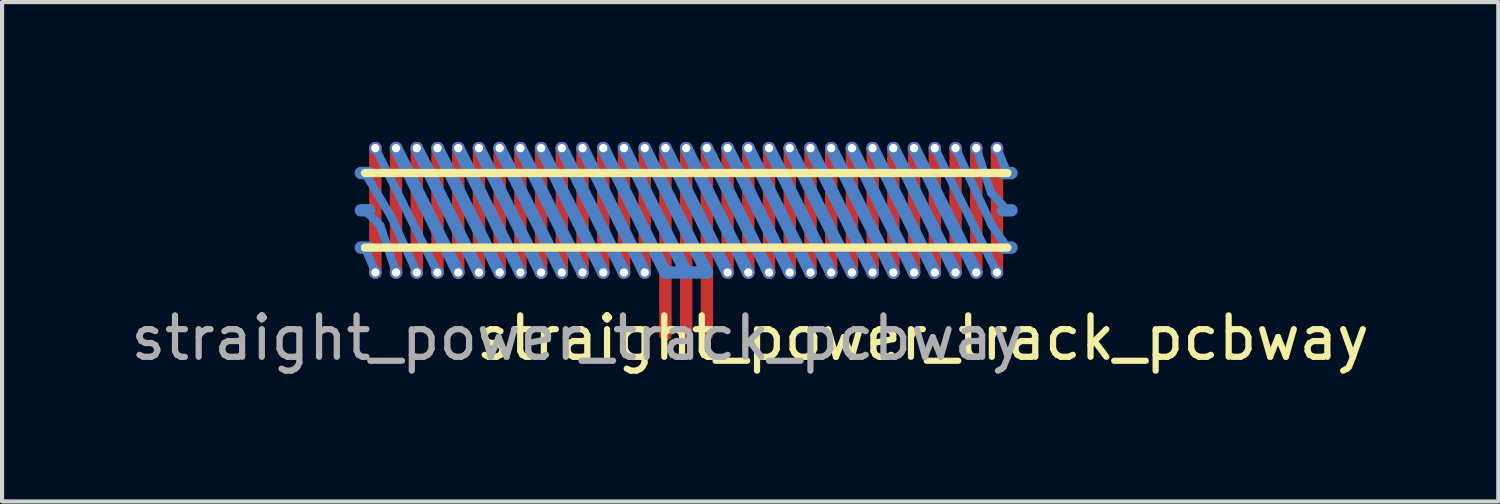
<source format=kicad_pcb>
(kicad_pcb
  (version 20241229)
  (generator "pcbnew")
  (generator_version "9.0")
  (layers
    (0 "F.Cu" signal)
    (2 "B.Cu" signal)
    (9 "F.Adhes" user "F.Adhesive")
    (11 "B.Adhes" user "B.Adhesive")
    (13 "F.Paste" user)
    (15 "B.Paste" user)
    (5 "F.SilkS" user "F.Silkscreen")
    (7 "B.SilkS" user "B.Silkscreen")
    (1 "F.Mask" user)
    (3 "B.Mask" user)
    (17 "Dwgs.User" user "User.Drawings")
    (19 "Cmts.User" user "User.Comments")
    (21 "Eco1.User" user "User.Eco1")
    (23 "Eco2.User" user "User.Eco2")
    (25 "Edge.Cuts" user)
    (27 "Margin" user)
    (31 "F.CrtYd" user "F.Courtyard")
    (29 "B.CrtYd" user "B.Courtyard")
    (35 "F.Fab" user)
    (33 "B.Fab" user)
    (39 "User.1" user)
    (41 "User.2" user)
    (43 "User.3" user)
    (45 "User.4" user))
  (footprint "straight_power_track_pcbway"
    (layer "F.Cu")
    (at 13.507 2.025)
    (property "Reference" "straight_power_track_pcbway" (at 5.71 3.08 0) (unlocked yes) (layer "F.SilkS") (effects (font (size 1 1) (thickness 0.15))))
    (attr smd)
    (fp_line (start -7.5 -1.5) (end -7.5 1.5) (stroke (width 0.3) (type solid)) (layer "F.Cu"))
    (fp_line (start -7 -1.5) (end -7 1.5) (stroke (width 0.3) (type solid)) (layer "F.Cu"))
    (fp_line (start -6.5 -1.5) (end -6.5 1.5) (stroke (width 0.3) (type solid)) (layer "F.Cu"))
    (fp_line (start -6 -1.5) (end -6 1.5) (stroke (width 0.3) (type solid)) (layer "F.Cu"))
    (fp_line (start -5.5 -1.5) (end -5.5 1.5) (stroke (width 0.3) (type solid)) (layer "F.Cu"))
    (fp_line (start -5 -1.5) (end -5 1.5) (stroke (width 0.3) (type solid)) (layer "F.Cu"))
    (fp_line (start -4.5 -1.5) (end -4.5 1.5) (stroke (width 0.3) (type solid)) (layer "F.Cu"))
    (fp_line (start -4 -1.5) (end -4 1.5) (stroke (width 0.3) (type solid)) (layer "F.Cu"))
    (fp_line (start -3.5 -1.5) (end -3.5 1.5) (stroke (width 0.3) (type solid)) (layer "F.Cu"))
    (fp_line (start -3 -1.5) (end -3 1.5) (stroke (width 0.3) (type solid)) (layer "F.Cu"))
    (fp_line (start -2.5 -1.5) (end -2.5 1.5) (stroke (width 0.3) (type solid)) (layer "F.Cu"))
    (fp_line (start -2 -1.5) (end -2 1.5) (stroke (width 0.3) (type solid)) (layer "F.Cu"))
    (fp_line (start -1.5 -1.5) (end -1.5 1.5) (stroke (width 0.3) (type solid)) (layer "F.Cu"))
    (fp_line (start -1 -1.5) (end -1 1.5) (stroke (width 0.3) (type solid)) (layer "F.Cu"))
    (fp_line (start -0.5 -1.5) (end -0.5 3) (stroke (width 0.3) (type solid)) (layer "F.Cu"))
    (fp_line (start 0 -1.5) (end 0 3) (stroke (width 0.3) (type solid)) (layer "F.Cu"))
    (fp_line (start 0.5 -1.5) (end 0.5 3) (stroke (width 0.3) (type solid)) (layer "F.Cu"))
    (fp_line (start 1 -1.5) (end 1 1.5) (stroke (width 0.3) (type solid)) (layer "F.Cu"))
    (fp_line (start 1.5 -1.5) (end 1.5 1.5) (stroke (width 0.3) (type solid)) (layer "F.Cu"))
    (fp_line (start 2 -1.5) (end 2 1.5) (stroke (width 0.3) (type solid)) (layer "F.Cu"))
    (fp_line (start 2.5 -1.5) (end 2.5 1.5) (stroke (width 0.3) (type solid)) (layer "F.Cu"))
    (fp_line (start 3 -1.5) (end 3 1.5) (stroke (width 0.3) (type solid)) (layer "F.Cu"))
    (fp_line (start 3.5 -1.5) (end 3.5 1.5) (stroke (width 0.3) (type solid)) (layer "F.Cu"))
    (fp_line (start 4 -1.5) (end 4 1.5) (stroke (width 0.3) (type solid)) (layer "F.Cu"))
    (fp_line (start 4.5 -1.5) (end 4.5 1.5) (stroke (width 0.3) (type solid)) (layer "F.Cu"))
    (fp_line (start 5 -1.5) (end 5 1.5) (stroke (width 0.3) (type solid)) (layer "F.Cu"))
    (fp_line (start 5.5 -1.5) (end 5.5 1.5) (stroke (width 0.3) (type solid)) (layer "F.Cu"))
    (fp_line (start 6 -1.5) (end 6 1.5) (stroke (width 0.3) (type solid)) (layer "F.Cu"))
    (fp_line (start 6.5 -1.5) (end 6.5 1.5) (stroke (width 0.3) (type solid)) (layer "F.Cu"))
    (fp_line (start 7 -1.5) (end 7 1.5) (stroke (width 0.3) (type solid)) (layer "F.Cu"))
    (fp_line (start 7.5 -1.5) (end 7.5 1.5) (stroke (width 0.3) (type solid)) (layer "F.Cu"))
    (fp_line (start -7.75 -0.9) (end -7.12 0.15) (stroke (width 0.2) (type default)) (layer "B.Cu"))
    (fp_line (start -7.75 0.9) (end -7.5 1.5) (stroke (width 0.2) (type default)) (layer "B.Cu"))
    (fp_line (start -7.5 -1.5) (end -6 1.5) (stroke (width 0.2) (type solid)) (layer "B.Cu"))
    (fp_line (start -7.38 0.37) (end -7.75 0) (stroke (width 0.2) (type default)) (layer "B.Cu"))
    (fp_line (start -7.12 0.15) (end -6.5 1.5) (stroke (width 0.2) (type default)) (layer "B.Cu"))
    (fp_line (start -7 -1.5) (end -5.5 1.5) (stroke (width 0.3) (type solid)) (layer "B.Cu"))
    (fp_line (start -7 1.5) (end -7.38 0.37) (stroke (width 0.2) (type default)) (layer "B.Cu"))
    (fp_line (start -6.5 -1.5) (end -5 1.5) (stroke (width 0.3) (type solid)) (layer "B.Cu"))
    (fp_line (start -6 -1.5) (end -4.5 1.5) (stroke (width 0.3) (type solid)) (layer "B.Cu"))
    (fp_line (start -5.5 -1.5) (end -4 1.5) (stroke (width 0.3) (type solid)) (layer "B.Cu"))
    (fp_line (start -5 -1.5) (end -3.5 1.5) (stroke (width 0.3) (type solid)) (layer "B.Cu"))
    (fp_line (start -4.5 -1.5) (end -3 1.5) (stroke (width 0.3) (type solid)) (layer "B.Cu"))
    (fp_line (start -4 -1.5) (end -2.5 1.5) (stroke (width 0.3) (type solid)) (layer "B.Cu"))
    (fp_line (start -3.5 -1.5) (end -2 1.5) (stroke (width 0.3) (type solid)) (layer "B.Cu"))
    (fp_line (start -3 -1.5) (end -1.5 1.5) (stroke (width 0.3) (type solid)) (layer "B.Cu"))
    (fp_line (start -2.5 -1.5) (end -1 1.5) (stroke (width 0.3) (type solid)) (layer "B.Cu"))
    (fp_line (start -2 -1.5) (end -0.5 1.5) (stroke (width 0.3) (type solid)) (layer "B.Cu"))
    (fp_line (start -1.5 -1.5) (end 0 1.5) (stroke (width 0.3) (type solid)) (layer "B.Cu"))
    (fp_line (start -1 -1.5) (end 0.5 1.5) (stroke (width 0.3) (type solid)) (layer "B.Cu"))
    (fp_line (start -0.5 -1.5) (end 1 1.5) (stroke (width 0.3) (type solid)) (layer "B.Cu"))
    (fp_line (start -0.5 1.5) (end 0.5 1.5) (stroke (width 0.3) (type solid)) (layer "B.Cu"))
    (fp_line (start 0 -1.5) (end 1.5 1.5) (stroke (width 0.3) (type solid)) (layer "B.Cu"))
    (fp_line (start 0.5 -1.5) (end 2 1.5) (stroke (width 0.3) (type solid)) (layer "B.Cu"))
    (fp_line (start 1 -1.5) (end 2.5 1.5) (stroke (width 0.3) (type solid)) (layer "B.Cu"))
    (fp_line (start 1.5 -1.5) (end 3 1.5) (stroke (width 0.3) (type solid)) (layer "B.Cu"))
    (fp_line (start 2 -1.5) (end 3.5 1.5) (stroke (width 0.3) (type solid)) (layer "B.Cu"))
    (fp_line (start 2.5 -1.5) (end 4 1.5) (stroke (width 0.3) (type solid)) (layer "B.Cu"))
    (fp_line (start 3 -1.5) (end 4.5 1.5) (stroke (width 0.3) (type solid)) (layer "B.Cu"))
    (fp_line (start 3.5 -1.5) (end 5 1.5) (stroke (width 0.3) (type solid)) (layer "B.Cu"))
    (fp_line (start 4 -1.5) (end 5.5 1.5) (stroke (width 0.3) (type solid)) (layer "B.Cu"))
    (fp_line (start 4.5 -1.5) (end 6 1.5) (stroke (width 0.3) (type solid)) (layer "B.Cu"))
    (fp_line (start 5 -1.5) (end 6.5 1.5) (stroke (width 0.3) (type solid)) (layer "B.Cu"))
    (fp_line (start 5.5 -1.5) (end 7 1.5) (stroke (width 0.3) (type solid)) (layer "B.Cu"))
    (fp_line (start 6 -1.5) (end 7.5 1.5) (stroke (width 0.2) (type solid)) (layer "B.Cu"))
    (fp_line (start 6.5 -1.5) (end 7.38 0.37) (stroke (width 0.2) (type default)) (layer "B.Cu"))
    (fp_line (start 7 -1.5) (end 7.36 -0.42) (stroke (width 0.2) (type default)) (layer "B.Cu"))
    (fp_line (start 7.36 -0.42) (end 7.75 0) (stroke (width 0.2) (type default)) (layer "B.Cu"))
    (fp_line (start 7.38 0.37) (end 7.75 0.9) (stroke (width 0.2) (type default)) (layer "B.Cu"))
    (fp_line (start 7.5 -1.5) (end 7.75 -0.9) (stroke (width 0.2) (type default)) (layer "B.Cu"))
    (fp_line (start -7.75 -0.9) (end 7.75 -0.9) (stroke (width 0.2) (type solid)) (layer "F.SilkS"))
    (fp_line (start -7.75 0.9) (end 7.75 0.9) (stroke (width 0.2) (type solid)) (layer "F.SilkS"))
    (fp_rect (start -7.75 -2) (end 7.75 2) (stroke (width 0.05) (type solid)) (fill no) (layer "User.1"))
    (fp_rect (start -2 2) (end 2 4) (stroke (width 0.05) (type solid)) (fill no) (layer "User.1"))
    (fp_line (start -9 -1.5) (end -7.5 1.5) (stroke (width 0.3) (type solid)) (layer "User.4"))
    (fp_line (start -8.5 -1.5) (end -7 1.5) (stroke (width 0.3) (type solid)) (layer "User.4"))
    (fp_line (start -8 -1.5) (end -6.5 1.5) (stroke (width 0.3) (type solid)) (layer "User.4"))
    (fp_line (start 6.5 -1.5) (end 8 1.5) (stroke (width 0.3) (type solid)) (layer "User.4"))
    (fp_line (start 7 -1.5) (end 8.5 1.5) (stroke (width 0.3) (type solid)) (layer "User.4"))
    (fp_line (start 7.5 -1.5) (end 9 1.5) (stroke (width 0.3) (type solid)) (layer "User.4"))
    (fp_text user "${REFERENCE}" (at -2.62 3.08 0) (unlocked yes) (layer "F.Fab") (effects (font (size 1 1) (thickness 0.15))))
    (pad "1" smd oval (at -7.75 -0.9 90) (size 0.3 0.5) (layers "B.Cu" "B.Mask" "B.Paste"))
    (pad "1" thru_hole circle (at -6.5 -1.5) (size 0.3 0.3) (drill 0.2) (layers "*.Cu"))
    (pad "1" thru_hole circle (at -6.5 1.5) (size 0.3 0.3) (drill 0.2) (layers "*.Cu"))
    (pad "1" thru_hole circle (at -5 -1.5) (size 0.3 0.3) (drill 0.2) (layers "*.Cu"))
    (pad "1" thru_hole circle (at -5 1.5) (size 0.3 0.3) (drill 0.2) (layers "*.Cu"))
    (pad "1" thru_hole circle (at -3.5 -1.5) (size 0.3 0.3) (drill 0.2) (layers "*.Cu"))
    (pad "1" thru_hole circle (at -3.5 1.5) (size 0.3 0.3) (drill 0.2) (layers "*.Cu"))
    (pad "1" thru_hole circle (at -2 -1.5) (size 0.3 0.3) (drill 0.2) (layers "*.Cu"))
    (pad "1" thru_hole circle (at -2 1.5) (size 0.3 0.3) (drill 0.2) (layers "*.Cu"))
    (pad "1" thru_hole circle (at -0.5 -1.5) (size 0.3 0.3) (drill 0.2) (layers "*.Cu"))
    (pad "1" thru_hole circle (at 1 -1.5) (size 0.3 0.3) (drill 0.2) (layers "*.Cu"))
    (pad "1" thru_hole circle (at 1 1.5) (size 0.3 0.3) (drill 0.2) (layers "*.Cu"))
    (pad "1" thru_hole circle (at 2.5 -1.5) (size 0.3 0.3) (drill 0.2) (layers "*.Cu"))
    (pad "1" thru_hole circle (at 2.5 1.5) (size 0.3 0.3) (drill 0.2) (layers "*.Cu"))
    (pad "1" thru_hole circle (at 4 -1.5) (size 0.3 0.3) (drill 0.2) (layers "*.Cu"))
    (pad "1" thru_hole circle (at 4 1.5) (size 0.3 0.3) (drill 0.2) (layers "*.Cu"))
    (pad "1" thru_hole circle (at 5.5 -1.5) (size 0.3 0.3) (drill 0.2) (layers "*.Cu"))
    (pad "1" thru_hole circle (at 5.5 1.5) (size 0.3 0.3) (drill 0.2) (layers "*.Cu"))
    (pad "1" thru_hole circle (at 7 -1.5) (size 0.3 0.3) (drill 0.2) (layers "*.Cu"))
    (pad "1" thru_hole circle (at 7 1.5) (size 0.3 0.3) (drill 0.2) (layers "*.Cu"))
    (pad "1" smd oval (at 7.75 0 90) (size 0.3 0.5) (layers "B.Cu" "B.Mask" "B.Paste"))
    (pad "2" smd oval (at -7.75 0.9 90) (size 0.3 0.5) (layers "B.Cu" "B.Mask" "B.Paste"))
    (pad "2" thru_hole circle (at -7.5 -1.5) (size 0.3 0.3) (drill 0.2) (layers "*.Cu"))
    (pad "2" thru_hole circle (at -7.5 1.5) (size 0.3 0.3) (drill 0.2) (layers "*.Cu"))
    (pad "2" thru_hole circle (at -6 -1.5) (size 0.3 0.3) (drill 0.2) (layers "*.Cu"))
    (pad "2" thru_hole circle (at -6 1.5) (size 0.3 0.3) (drill 0.2) (layers "*.Cu"))
    (pad "2" thru_hole circle (at -4.5 -1.5) (size 0.3 0.3) (drill 0.2) (layers "*.Cu"))
    (pad "2" thru_hole circle (at -4.5 1.5) (size 0.3 0.3) (drill 0.2) (layers "*.Cu"))
    (pad "2" thru_hole circle (at -3 -1.5) (size 0.3 0.3) (drill 0.2) (layers "*.Cu"))
    (pad "2" thru_hole circle (at -3 1.5) (size 0.3 0.3) (drill 0.2) (layers "*.Cu"))
    (pad "2" thru_hole circle (at -1.5 -1.5) (size 0.3 0.3) (drill 0.2) (layers "*.Cu"))
    (pad "2" thru_hole circle (at -1.5 1.5) (size 0.3 0.3) (drill 0.2) (layers "*.Cu"))
    (pad "2" thru_hole circle (at 0 -1.5) (size 0.3 0.3) (drill 0.2) (layers "*.Cu"))
    (pad "2" thru_hole circle (at 1.5 -1.5) (size 0.3 0.3) (drill 0.2) (layers "*.Cu"))
    (pad "2" thru_hole circle (at 1.5 1.5) (size 0.3 0.3) (drill 0.2) (layers "*.Cu"))
    (pad "2" thru_hole circle (at 3 -1.5) (size 0.3 0.3) (drill 0.2) (layers "*.Cu"))
    (pad "2" thru_hole circle (at 3 1.5) (size 0.3 0.3) (drill 0.2) (layers "*.Cu"))
    (pad "2" thru_hole circle (at 4.5 -1.5) (size 0.3 0.3) (drill 0.2) (layers "*.Cu"))
    (pad "2" thru_hole circle (at 4.5 1.5) (size 0.3 0.3) (drill 0.2) (layers "*.Cu"))
    (pad "2" thru_hole circle (at 6 -1.5) (size 0.3 0.3) (drill 0.2) (layers "*.Cu"))
    (pad "2" thru_hole circle (at 6 1.5) (size 0.3 0.3) (drill 0.2) (layers "*.Cu"))
    (pad "2" thru_hole circle (at 7.5 -1.5) (size 0.3 0.3) (drill 0.2) (layers "*.Cu"))
    (pad "2" thru_hole circle (at 7.5 1.5) (size 0.3 0.3) (drill 0.2) (layers "*.Cu"))
    (pad "2" smd oval (at 7.75 -0.9 90) (size 0.3 0.5) (layers "B.Cu" "B.Mask" "B.Paste"))
    (pad "3" smd oval (at -7.75 0 90) (size 0.3 0.5) (layers "B.Cu" "B.Mask" "B.Paste"))
    (pad "3" thru_hole circle (at -7 -1.5) (size 0.3 0.3) (drill 0.2) (layers "*.Cu"))
    (pad "3" thru_hole circle (at -7 1.5) (size 0.3 0.3) (drill 0.2) (layers "*.Cu"))
    (pad "3" thru_hole circle (at -5.5 -1.5) (size 0.3 0.3) (drill 0.2) (layers "*.Cu"))
    (pad "3" thru_hole circle (at -5.5 1.5) (size 0.3 0.3) (drill 0.2) (layers "*.Cu"))
    (pad "3" thru_hole circle (at -4 -1.5) (size 0.3 0.3) (drill 0.2) (layers "*.Cu"))
    (pad "3" thru_hole circle (at -4 1.5) (size 0.3 0.3) (drill 0.2) (layers "*.Cu"))
    (pad "3" thru_hole circle (at -2.5 -1.5) (size 0.3 0.3) (drill 0.2) (layers "*.Cu"))
    (pad "3" thru_hole circle (at -2.5 1.5) (size 0.3 0.3) (drill 0.2) (layers "*.Cu"))
    (pad "3" thru_hole circle (at -1 -1.5) (size 0.3 0.3) (drill 0.2) (layers "*.Cu"))
    (pad "3" thru_hole circle (at -1 1.5) (size 0.3 0.3) (drill 0.2) (layers "*.Cu"))
    (pad "3" thru_hole circle (at 0.5 -1.5) (size 0.3 0.3) (drill 0.2) (layers "*.Cu"))
    (pad "3" thru_hole circle (at 2 -1.5) (size 0.3 0.3) (drill 0.2) (layers "*.Cu"))
    (pad "3" thru_hole circle (at 2 1.5) (size 0.3 0.3) (drill 0.2) (layers "*.Cu"))
    (pad "3" thru_hole circle (at 3.5 -1.5) (size 0.3 0.3) (drill 0.2) (layers "*.Cu"))
    (pad "3" thru_hole circle (at 3.5 1.5) (size 0.3 0.3) (drill 0.2) (layers "*.Cu"))
    (pad "3" thru_hole circle (at 5 -1.5) (size 0.3 0.3) (drill 0.2) (layers "*.Cu"))
    (pad "3" thru_hole circle (at 5 1.5) (size 0.3 0.3) (drill 0.2) (layers "*.Cu"))
    (pad "3" thru_hole circle (at 6.5 -1.5) (size 0.3 0.3) (drill 0.2) (layers "*.Cu"))
    (pad "3" thru_hole circle (at 6.5 1.5) (size 0.3 0.3) (drill 0.2) (layers "*.Cu"))
    (pad "3" smd oval (at 7.75 0.9 90) (size 0.3 0.5) (layers "B.Cu" "B.Mask" "B.Paste")))
  (gr_rect
    (start -3 -3)
    (end 33.104 9.05)
    (stroke (width 0.1) (type default))
    (fill no)
    (layer "Edge.Cuts")))
</source>
